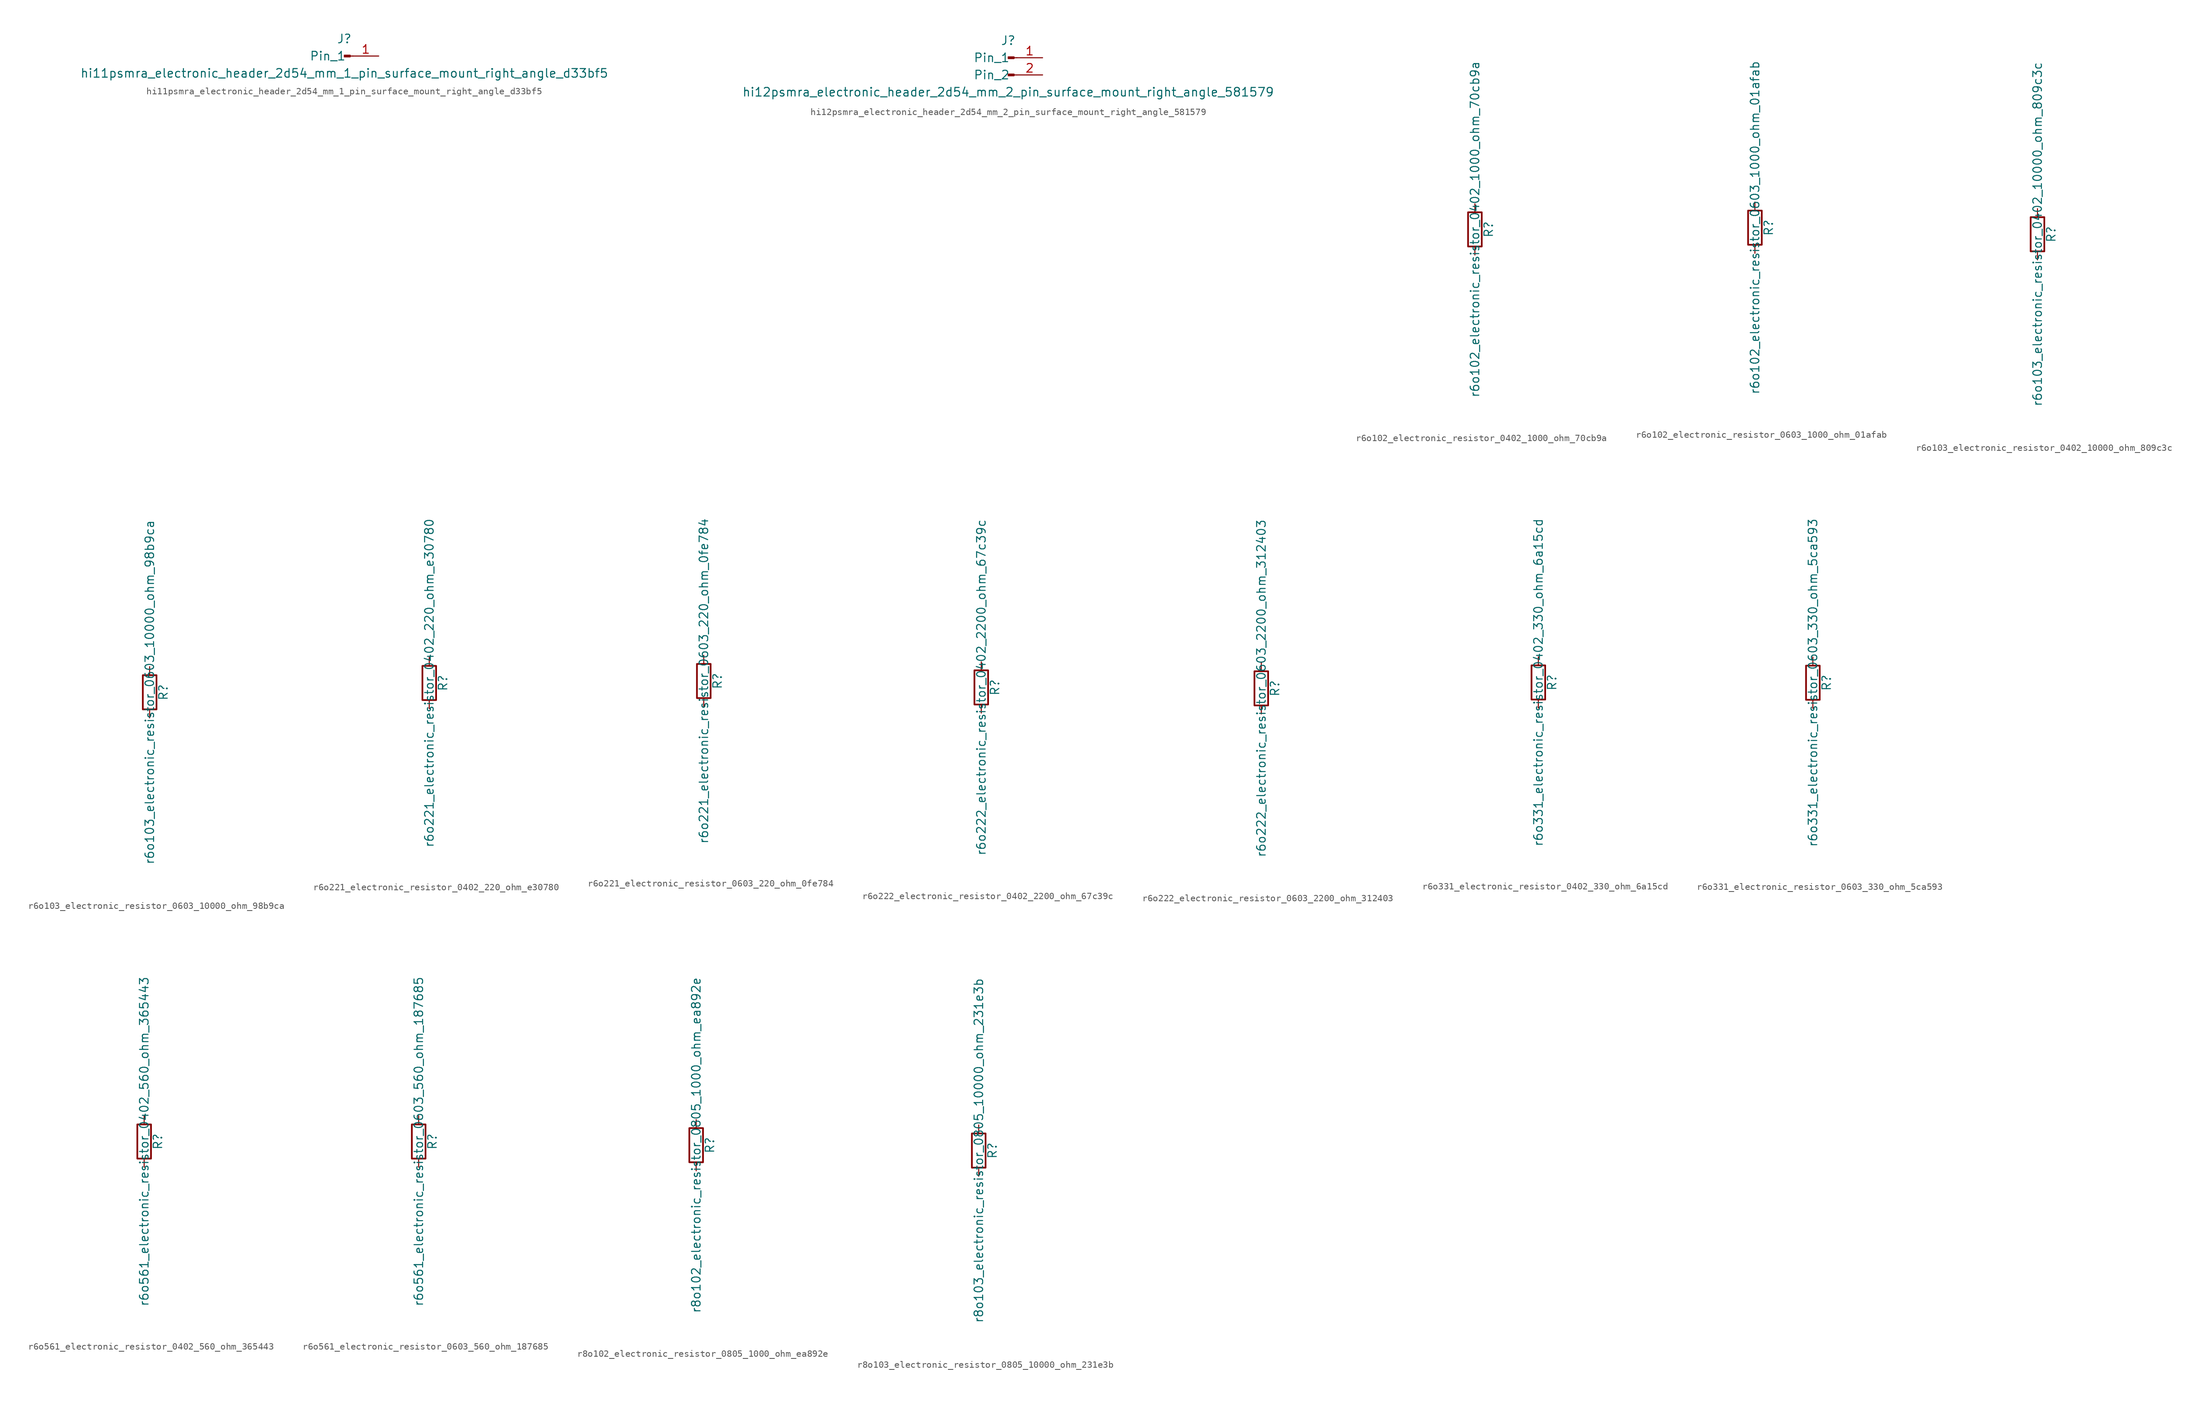
<source format=kicad_sym>
(kicad_symbol_lib
  (version 20220914)
  (generator kicad_symbol_editor)
  (symbol "hi11psmra_electronic_header_2d54_mm_1_pin_surface_mount_right_angle_d33bf5"
    (pin_names
      (offset 1.016))
    (property "Reference" "J"
      (at 0 2.54 0)
      (effects (font (size 1.27 1.27))))
    (property "Value" "hi11psmra_electronic_header_2d54_mm_1_pin_surface_mount_right_angle_d33bf5"
      (at 0 -2.54 0)
      (effects (font (size 1.27 1.27))))
    (property "ki_locked" ""
      (at 0 0 0)
      (effects (font (size 1.27 1.27))))
    (symbol "hi11psmra_electronic_header_2d54_mm_1_pin_surface_mount_right_angle_d33bf5_1_1"
      (polyline (pts (xy 1.27 0) (xy 0.864 0)) (stroke (width 0.152) (type default)) (fill (type none)))
      (rectangle (start 0.864 0.127) (end 0 -0.127) (stroke (width 0.152) (type default)) (fill (type outline)))
      (pin passive line (at 5.08 0 180) (length 3.81) (name "Pin_1" (effects (font (size 1.27 1.27)))) (number "1" (effects (font (size 1.27 1.27)))))))
  (symbol "hi12psmra_electronic_header_2d54_mm_2_pin_surface_mount_right_angle_581579"
    (pin_names
      (offset 1.016))
    (property "Reference" "J"
      (at 0 2.54 0)
      (effects (font (size 1.27 1.27))))
    (property "Value" "hi12psmra_electronic_header_2d54_mm_2_pin_surface_mount_right_angle_581579"
      (at 0 -5.08 0)
      (effects (font (size 1.27 1.27))))
    (property "ki_locked" ""
      (at 0 0 0)
      (effects (font (size 1.27 1.27))))
    (symbol "hi12psmra_electronic_header_2d54_mm_2_pin_surface_mount_right_angle_581579_1_1"
      (polyline (pts (xy 1.27 -2.54) (xy 0.864 -2.54)) (stroke (width 0.152) (type default)) (fill (type none)))
      (polyline (pts (xy 1.27 0) (xy 0.864 0)) (stroke (width 0.152) (type default)) (fill (type none)))
      (rectangle (start 0.864 -2.413) (end 0 -2.667) (stroke (width 0.152) (type default)) (fill (type outline)))
      (rectangle (start 0.864 0.127) (end 0 -0.127) (stroke (width 0.152) (type default)) (fill (type outline)))
      (pin passive line (at 5.08 0 180) (length 3.81) (name "Pin_1" (effects (font (size 1.27 1.27)))) (number "1" (effects (font (size 1.27 1.27)))))
      (pin passive line (at 5.08 -2.54 180) (length 3.81) (name "Pin_2" (effects (font (size 1.27 1.27)))) (number "2" (effects (font (size 1.27 1.27)))))))
  (symbol "r6o102_electronic_resistor_0402_1000_ohm_70cb9a"
    (pin_numbers hide)
    (pin_names
      (offset 0))
    (property "Reference" "R"
      (at 2.032 0 90)
      (effects (font (size 1.27 1.27))))
    (property "Value" "r6o102_electronic_resistor_0402_1000_ohm_70cb9a"
      (at 0 0 90)
      (effects (font (size 1.27 1.27))))
    (symbol "r6o102_electronic_resistor_0402_1000_ohm_70cb9a_0_1"
      (rectangle (start -1.016 -2.54) (end 1.016 2.54) (stroke (width 0.254) (type default)) (fill (type none))))
    (symbol "r6o102_electronic_resistor_0402_1000_ohm_70cb9a_1_1"
      (pin passive line (at 0 3.81 270) (length 1.27) (name "~" (effects (font (size 1.27 1.27)))) (number "1" (effects (font (size 1.27 1.27)))))
      (pin passive line (at 0 -3.81 90) (length 1.27) (name "~" (effects (font (size 1.27 1.27)))) (number "2" (effects (font (size 1.27 1.27)))))))
  (symbol "r6o102_electronic_resistor_0603_1000_ohm_01afab"
    (pin_numbers hide)
    (pin_names
      (offset 0))
    (property "Reference" "R"
      (at 2.032 0 90)
      (effects (font (size 1.27 1.27))))
    (property "Value" "r6o102_electronic_resistor_0603_1000_ohm_01afab"
      (at 0 0 90)
      (effects (font (size 1.27 1.27))))
    (symbol "r6o102_electronic_resistor_0603_1000_ohm_01afab_0_1"
      (rectangle (start -1.016 -2.54) (end 1.016 2.54) (stroke (width 0.254) (type default)) (fill (type none))))
    (symbol "r6o102_electronic_resistor_0603_1000_ohm_01afab_1_1"
      (pin passive line (at 0 3.81 270) (length 1.27) (name "~" (effects (font (size 1.27 1.27)))) (number "1" (effects (font (size 1.27 1.27)))))
      (pin passive line (at 0 -3.81 90) (length 1.27) (name "~" (effects (font (size 1.27 1.27)))) (number "2" (effects (font (size 1.27 1.27)))))))
  (symbol "r6o103_electronic_resistor_0402_10000_ohm_809c3c"
    (pin_numbers hide)
    (pin_names
      (offset 0))
    (property "Reference" "R"
      (at 2.032 0 90)
      (effects (font (size 1.27 1.27))))
    (property "Value" "r6o103_electronic_resistor_0402_10000_ohm_809c3c"
      (at 0 0 90)
      (effects (font (size 1.27 1.27))))
    (symbol "r6o103_electronic_resistor_0402_10000_ohm_809c3c_0_1"
      (rectangle (start -1.016 -2.54) (end 1.016 2.54) (stroke (width 0.254) (type default)) (fill (type none))))
    (symbol "r6o103_electronic_resistor_0402_10000_ohm_809c3c_1_1"
      (pin passive line (at 0 3.81 270) (length 1.27) (name "~" (effects (font (size 1.27 1.27)))) (number "1" (effects (font (size 1.27 1.27)))))
      (pin passive line (at 0 -3.81 90) (length 1.27) (name "~" (effects (font (size 1.27 1.27)))) (number "2" (effects (font (size 1.27 1.27)))))))
  (symbol "r6o103_electronic_resistor_0603_10000_ohm_98b9ca"
    (pin_numbers hide)
    (pin_names
      (offset 0))
    (property "Reference" "R"
      (at 2.032 0 90)
      (effects (font (size 1.27 1.27))))
    (property "Value" "r6o103_electronic_resistor_0603_10000_ohm_98b9ca"
      (at 0 0 90)
      (effects (font (size 1.27 1.27))))
    (symbol "r6o103_electronic_resistor_0603_10000_ohm_98b9ca_0_1"
      (rectangle (start -1.016 -2.54) (end 1.016 2.54) (stroke (width 0.254) (type default)) (fill (type none))))
    (symbol "r6o103_electronic_resistor_0603_10000_ohm_98b9ca_1_1"
      (pin passive line (at 0 3.81 270) (length 1.27) (name "~" (effects (font (size 1.27 1.27)))) (number "1" (effects (font (size 1.27 1.27)))))
      (pin passive line (at 0 -3.81 90) (length 1.27) (name "~" (effects (font (size 1.27 1.27)))) (number "2" (effects (font (size 1.27 1.27)))))))
  (symbol "r6o221_electronic_resistor_0402_220_ohm_e30780"
    (pin_numbers hide)
    (pin_names
      (offset 0))
    (property "Reference" "R"
      (at 2.032 0 90)
      (effects (font (size 1.27 1.27))))
    (property "Value" "r6o221_electronic_resistor_0402_220_ohm_e30780"
      (at 0 0 90)
      (effects (font (size 1.27 1.27))))
    (symbol "r6o221_electronic_resistor_0402_220_ohm_e30780_0_1"
      (rectangle (start -1.016 -2.54) (end 1.016 2.54) (stroke (width 0.254) (type default)) (fill (type none))))
    (symbol "r6o221_electronic_resistor_0402_220_ohm_e30780_1_1"
      (pin passive line (at 0 3.81 270) (length 1.27) (name "~" (effects (font (size 1.27 1.27)))) (number "1" (effects (font (size 1.27 1.27)))))
      (pin passive line (at 0 -3.81 90) (length 1.27) (name "~" (effects (font (size 1.27 1.27)))) (number "2" (effects (font (size 1.27 1.27)))))))
  (symbol "r6o221_electronic_resistor_0603_220_ohm_0fe784"
    (pin_numbers hide)
    (pin_names
      (offset 0))
    (property "Reference" "R"
      (at 2.032 0 90)
      (effects (font (size 1.27 1.27))))
    (property "Value" "r6o221_electronic_resistor_0603_220_ohm_0fe784"
      (at 0 0 90)
      (effects (font (size 1.27 1.27))))
    (symbol "r6o221_electronic_resistor_0603_220_ohm_0fe784_0_1"
      (rectangle (start -1.016 -2.54) (end 1.016 2.54) (stroke (width 0.254) (type default)) (fill (type none))))
    (symbol "r6o221_electronic_resistor_0603_220_ohm_0fe784_1_1"
      (pin passive line (at 0 3.81 270) (length 1.27) (name "~" (effects (font (size 1.27 1.27)))) (number "1" (effects (font (size 1.27 1.27)))))
      (pin passive line (at 0 -3.81 90) (length 1.27) (name "~" (effects (font (size 1.27 1.27)))) (number "2" (effects (font (size 1.27 1.27)))))))
  (symbol "r6o222_electronic_resistor_0402_2200_ohm_67c39c"
    (pin_numbers hide)
    (pin_names
      (offset 0))
    (property "Reference" "R"
      (at 2.032 0 90)
      (effects (font (size 1.27 1.27))))
    (property "Value" "r6o222_electronic_resistor_0402_2200_ohm_67c39c"
      (at 0 0 90)
      (effects (font (size 1.27 1.27))))
    (symbol "r6o222_electronic_resistor_0402_2200_ohm_67c39c_0_1"
      (rectangle (start -1.016 -2.54) (end 1.016 2.54) (stroke (width 0.254) (type default)) (fill (type none))))
    (symbol "r6o222_electronic_resistor_0402_2200_ohm_67c39c_1_1"
      (pin passive line (at 0 3.81 270) (length 1.27) (name "~" (effects (font (size 1.27 1.27)))) (number "1" (effects (font (size 1.27 1.27)))))
      (pin passive line (at 0 -3.81 90) (length 1.27) (name "~" (effects (font (size 1.27 1.27)))) (number "2" (effects (font (size 1.27 1.27)))))))
  (symbol "r6o222_electronic_resistor_0603_2200_ohm_312403"
    (pin_numbers hide)
    (pin_names
      (offset 0))
    (property "Reference" "R"
      (at 2.032 0 90)
      (effects (font (size 1.27 1.27))))
    (property "Value" "r6o222_electronic_resistor_0603_2200_ohm_312403"
      (at 0 0 90)
      (effects (font (size 1.27 1.27))))
    (symbol "r6o222_electronic_resistor_0603_2200_ohm_312403_0_1"
      (rectangle (start -1.016 -2.54) (end 1.016 2.54) (stroke (width 0.254) (type default)) (fill (type none))))
    (symbol "r6o222_electronic_resistor_0603_2200_ohm_312403_1_1"
      (pin passive line (at 0 3.81 270) (length 1.27) (name "~" (effects (font (size 1.27 1.27)))) (number "1" (effects (font (size 1.27 1.27)))))
      (pin passive line (at 0 -3.81 90) (length 1.27) (name "~" (effects (font (size 1.27 1.27)))) (number "2" (effects (font (size 1.27 1.27)))))))
  (symbol "r6o331_electronic_resistor_0402_330_ohm_6a15cd"
    (pin_numbers hide)
    (pin_names
      (offset 0))
    (property "Reference" "R"
      (at 2.032 0 90)
      (effects (font (size 1.27 1.27))))
    (property "Value" "r6o331_electronic_resistor_0402_330_ohm_6a15cd"
      (at 0 0 90)
      (effects (font (size 1.27 1.27))))
    (symbol "r6o331_electronic_resistor_0402_330_ohm_6a15cd_0_1"
      (rectangle (start -1.016 -2.54) (end 1.016 2.54) (stroke (width 0.254) (type default)) (fill (type none))))
    (symbol "r6o331_electronic_resistor_0402_330_ohm_6a15cd_1_1"
      (pin passive line (at 0 3.81 270) (length 1.27) (name "~" (effects (font (size 1.27 1.27)))) (number "1" (effects (font (size 1.27 1.27)))))
      (pin passive line (at 0 -3.81 90) (length 1.27) (name "~" (effects (font (size 1.27 1.27)))) (number "2" (effects (font (size 1.27 1.27)))))))
  (symbol "r6o331_electronic_resistor_0603_330_ohm_5ca593"
    (pin_numbers hide)
    (pin_names
      (offset 0))
    (property "Reference" "R"
      (at 2.032 0 90)
      (effects (font (size 1.27 1.27))))
    (property "Value" "r6o331_electronic_resistor_0603_330_ohm_5ca593"
      (at 0 0 90)
      (effects (font (size 1.27 1.27))))
    (symbol "r6o331_electronic_resistor_0603_330_ohm_5ca593_0_1"
      (rectangle (start -1.016 -2.54) (end 1.016 2.54) (stroke (width 0.254) (type default)) (fill (type none))))
    (symbol "r6o331_electronic_resistor_0603_330_ohm_5ca593_1_1"
      (pin passive line (at 0 3.81 270) (length 1.27) (name "~" (effects (font (size 1.27 1.27)))) (number "1" (effects (font (size 1.27 1.27)))))
      (pin passive line (at 0 -3.81 90) (length 1.27) (name "~" (effects (font (size 1.27 1.27)))) (number "2" (effects (font (size 1.27 1.27)))))))
  (symbol "r6o561_electronic_resistor_0402_560_ohm_365443"
    (pin_numbers hide)
    (pin_names
      (offset 0))
    (property "Reference" "R"
      (at 2.032 0 90)
      (effects (font (size 1.27 1.27))))
    (property "Value" "r6o561_electronic_resistor_0402_560_ohm_365443"
      (at 0 0 90)
      (effects (font (size 1.27 1.27))))
    (symbol "r6o561_electronic_resistor_0402_560_ohm_365443_0_1"
      (rectangle (start -1.016 -2.54) (end 1.016 2.54) (stroke (width 0.254) (type default)) (fill (type none))))
    (symbol "r6o561_electronic_resistor_0402_560_ohm_365443_1_1"
      (pin passive line (at 0 3.81 270) (length 1.27) (name "~" (effects (font (size 1.27 1.27)))) (number "1" (effects (font (size 1.27 1.27)))))
      (pin passive line (at 0 -3.81 90) (length 1.27) (name "~" (effects (font (size 1.27 1.27)))) (number "2" (effects (font (size 1.27 1.27)))))))
  (symbol "r6o561_electronic_resistor_0603_560_ohm_187685"
    (pin_numbers hide)
    (pin_names
      (offset 0))
    (property "Reference" "R"
      (at 2.032 0 90)
      (effects (font (size 1.27 1.27))))
    (property "Value" "r6o561_electronic_resistor_0603_560_ohm_187685"
      (at 0 0 90)
      (effects (font (size 1.27 1.27))))
    (symbol "r6o561_electronic_resistor_0603_560_ohm_187685_0_1"
      (rectangle (start -1.016 -2.54) (end 1.016 2.54) (stroke (width 0.254) (type default)) (fill (type none))))
    (symbol "r6o561_electronic_resistor_0603_560_ohm_187685_1_1"
      (pin passive line (at 0 3.81 270) (length 1.27) (name "~" (effects (font (size 1.27 1.27)))) (number "1" (effects (font (size 1.27 1.27)))))
      (pin passive line (at 0 -3.81 90) (length 1.27) (name "~" (effects (font (size 1.27 1.27)))) (number "2" (effects (font (size 1.27 1.27)))))))
  (symbol "r8o102_electronic_resistor_0805_1000_ohm_ea892e"
    (pin_numbers hide)
    (pin_names
      (offset 0))
    (property "Reference" "R"
      (at 2.032 0 90)
      (effects (font (size 1.27 1.27))))
    (property "Value" "r8o102_electronic_resistor_0805_1000_ohm_ea892e"
      (at 0 0 90)
      (effects (font (size 1.27 1.27))))
    (symbol "r8o102_electronic_resistor_0805_1000_ohm_ea892e_0_1"
      (rectangle (start -1.016 -2.54) (end 1.016 2.54) (stroke (width 0.254) (type default)) (fill (type none))))
    (symbol "r8o102_electronic_resistor_0805_1000_ohm_ea892e_1_1"
      (pin passive line (at 0 3.81 270) (length 1.27) (name "~" (effects (font (size 1.27 1.27)))) (number "1" (effects (font (size 1.27 1.27)))))
      (pin passive line (at 0 -3.81 90) (length 1.27) (name "~" (effects (font (size 1.27 1.27)))) (number "2" (effects (font (size 1.27 1.27)))))))
  (symbol "r8o103_electronic_resistor_0805_10000_ohm_231e3b"
    (pin_numbers hide)
    (pin_names
      (offset 0))
    (property "Reference" "R"
      (at 2.032 0 90)
      (effects (font (size 1.27 1.27))))
    (property "Value" "r8o103_electronic_resistor_0805_10000_ohm_231e3b"
      (at 0 0 90)
      (effects (font (size 1.27 1.27))))
    (symbol "r8o103_electronic_resistor_0805_10000_ohm_231e3b_0_1"
      (rectangle (start -1.016 -2.54) (end 1.016 2.54) (stroke (width 0.254) (type default)) (fill (type none))))
    (symbol "r8o103_electronic_resistor_0805_10000_ohm_231e3b_1_1"
      (pin passive line (at 0 3.81 270) (length 1.27) (name "~" (effects (font (size 1.27 1.27)))) (number "1" (effects (font (size 1.27 1.27)))))
      (pin passive line (at 0 -3.81 90) (length 1.27) (name "~" (effects (font (size 1.27 1.27)))) (number "2" (effects (font (size 1.27 1.27))))))))
</source>
